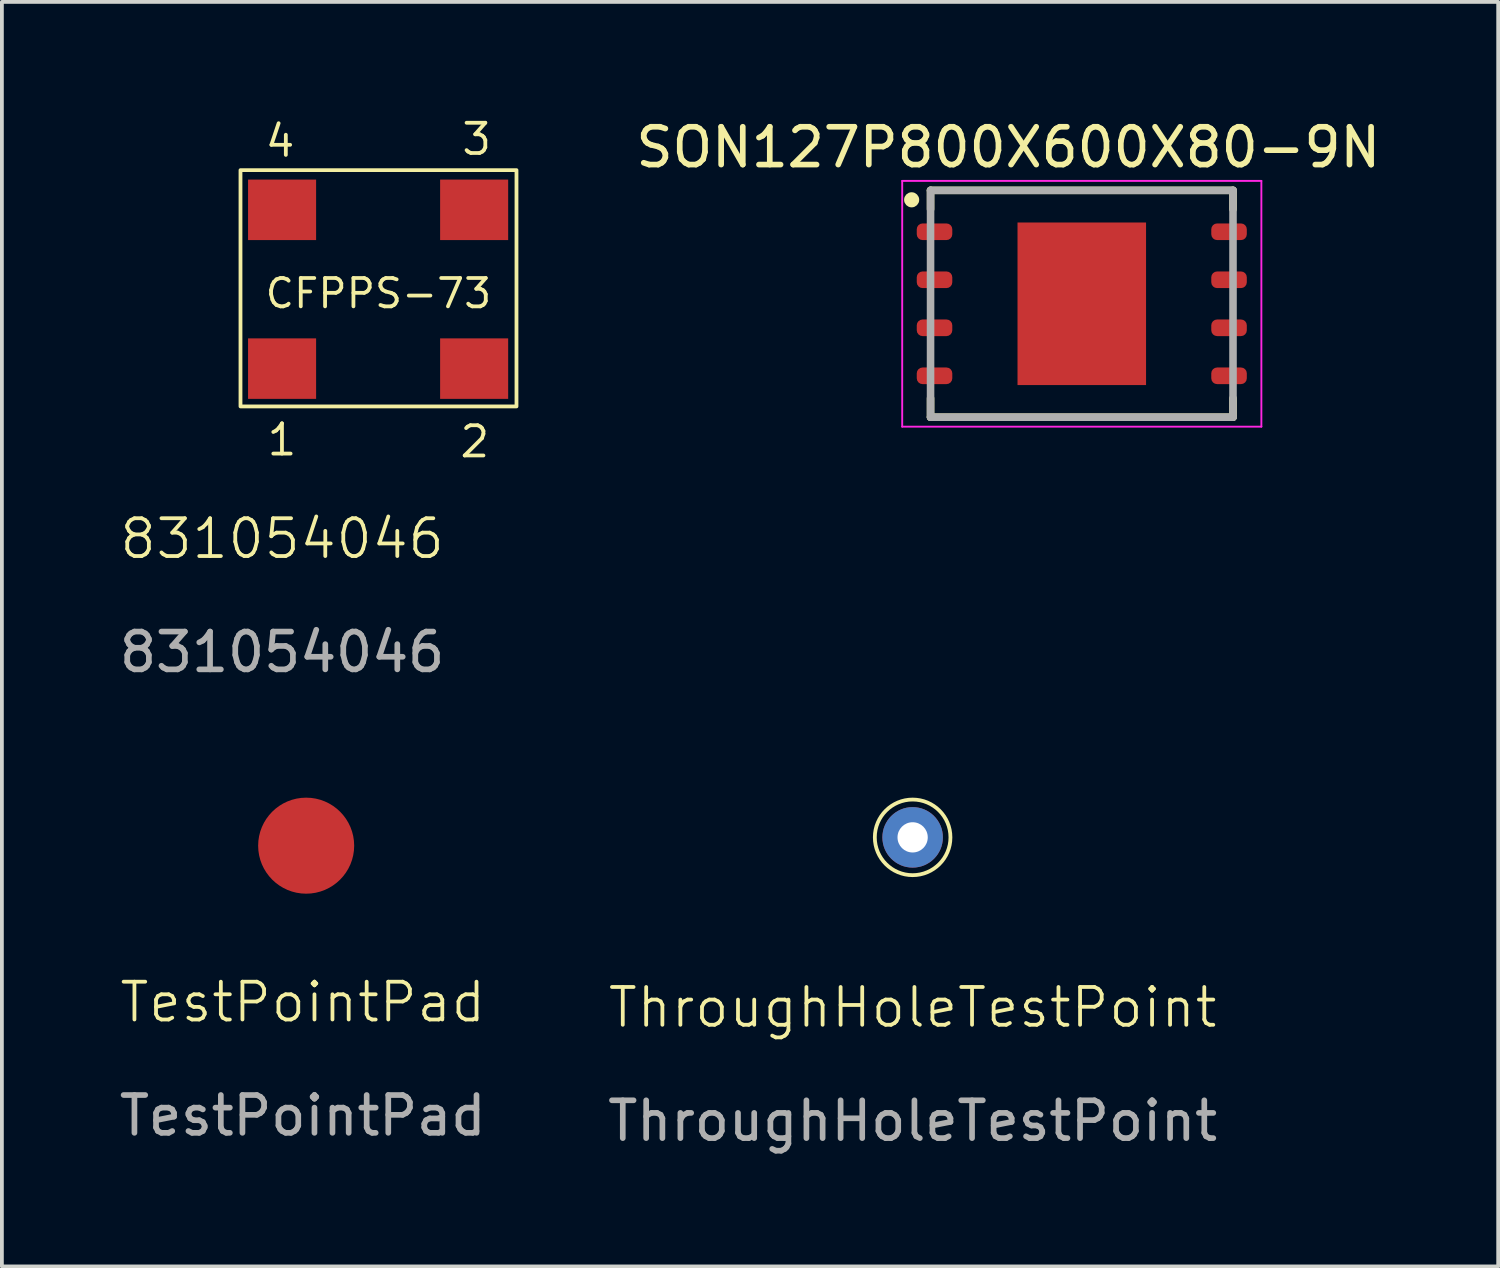
<source format=kicad_pcb>
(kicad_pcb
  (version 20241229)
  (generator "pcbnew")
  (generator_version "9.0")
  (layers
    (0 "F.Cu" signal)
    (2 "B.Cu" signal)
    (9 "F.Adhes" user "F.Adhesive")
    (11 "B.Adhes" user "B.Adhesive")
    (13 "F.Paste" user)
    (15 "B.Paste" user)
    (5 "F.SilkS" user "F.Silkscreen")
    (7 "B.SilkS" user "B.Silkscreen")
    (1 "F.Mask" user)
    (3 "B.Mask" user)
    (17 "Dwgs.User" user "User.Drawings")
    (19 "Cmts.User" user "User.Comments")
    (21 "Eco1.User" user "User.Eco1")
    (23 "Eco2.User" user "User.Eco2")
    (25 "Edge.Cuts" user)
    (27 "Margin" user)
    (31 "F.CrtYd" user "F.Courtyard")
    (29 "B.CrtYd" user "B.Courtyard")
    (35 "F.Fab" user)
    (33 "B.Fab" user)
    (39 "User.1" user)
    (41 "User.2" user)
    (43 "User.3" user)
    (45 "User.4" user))
  (footprint "SON127P800X600X80-9N"
    (layer "F.Cu")
    (at 25.563 4.985)
    (property "Reference" "SON127P800X600X80-9N" (at -1.943 -4.137 0) (layer "F.SilkS") (effects (font (size 1 1) (thickness 0.15))))
    (attr smd)
    (fp_line (start -4 -3) (end 4 -3) (stroke (width 0.2) (type solid)) (layer "F.SilkS"))
    (fp_line (start -4 -2.5) (end -4 -3) (stroke (width 0.2) (type solid)) (layer "F.SilkS"))
    (fp_line (start -4 2.5) (end -4 3) (stroke (width 0.2) (type solid)) (layer "F.SilkS"))
    (fp_line (start -4 3) (end 4 3) (stroke (width 0.2) (type solid)) (layer "F.SilkS"))
    (fp_line (start 4 -3) (end 4 -2.5) (stroke (width 0.2) (type solid)) (layer "F.SilkS"))
    (fp_line (start 4 3) (end 4 2.5) (stroke (width 0.2) (type solid)) (layer "F.SilkS"))
    (fp_circle (center -4.5 -2.75) (end -4.4 -2.75) (stroke (width 0.2) (type solid)) (fill no) (layer "F.SilkS"))
    (fp_poly (pts (xy -1.56 -1.56) (xy 0.04 -1.56) (xy 0.04 -0.41) (xy -1.56 -0.41)) (stroke (width 0.01) (type solid)) (fill yes) (layer "F.Paste"))
    (fp_poly (pts (xy -1.56 0.41) (xy 0.04 0.41) (xy 0.04 1.56) (xy -1.56 1.56)) (stroke (width 0.01) (type solid)) (fill yes) (layer "F.Paste"))
    (fp_poly (pts (xy -0.04 -1.56) (xy 1.56 -1.56) (xy 1.56 -0.41) (xy -0.04 -0.41)) (stroke (width 0.01) (type solid)) (fill yes) (layer "F.Paste"))
    (fp_poly (pts (xy -0.04 0.41) (xy 1.56 0.41) (xy 1.56 1.56) (xy -0.04 1.56)) (stroke (width 0.01) (type solid)) (fill yes) (layer "F.Paste"))
    (fp_line (start -4.75 -3.25) (end 4.75 -3.25) (stroke (width 0.05) (type solid)) (layer "F.CrtYd"))
    (fp_line (start -4.75 3.25) (end -4.75 -3.25) (stroke (width 0.05) (type solid)) (layer "F.CrtYd"))
    (fp_line (start 4.75 -3.25) (end 4.75 3.25) (stroke (width 0.05) (type solid)) (layer "F.CrtYd"))
    (fp_line (start 4.75 3.25) (end -4.75 3.25) (stroke (width 0.05) (type solid)) (layer "F.CrtYd"))
    (fp_line (start -4 -3) (end 4 -3) (stroke (width 0.2) (type solid)) (layer "F.Fab"))
    (fp_line (start -4 3) (end -4 -3) (stroke (width 0.2) (type solid)) (layer "F.Fab"))
    (fp_line (start 4 -3) (end 4 3) (stroke (width 0.2) (type solid)) (layer "F.Fab"))
    (fp_line (start 4 3) (end -4 3) (stroke (width 0.2) (type solid)) (layer "F.Fab"))
    (pad "1" smd roundrect (at -3.895 -1.905) (size 0.94 0.44) (layers "F.Cu" "F.Mask" "F.Paste") (roundrect_rratio 0.35))
    (pad "2" smd roundrect (at -3.895 -0.635) (size 0.94 0.44) (layers "F.Cu" "F.Mask" "F.Paste") (roundrect_rratio 0.35))
    (pad "3" smd roundrect (at -3.895 0.635) (size 0.94 0.44) (layers "F.Cu" "F.Mask" "F.Paste") (roundrect_rratio 0.35))
    (pad "4" smd roundrect (at -3.895 1.905) (size 0.94 0.44) (layers "F.Cu" "F.Mask" "F.Paste") (roundrect_rratio 0.35))
    (pad "5" smd roundrect (at 3.895 1.905) (size 0.94 0.44) (layers "F.Cu" "F.Mask" "F.Paste") (roundrect_rratio 0.35))
    (pad "6" smd roundrect (at 3.895 0.635) (size 0.94 0.44) (layers "F.Cu" "F.Mask" "F.Paste") (roundrect_rratio 0.35))
    (pad "7" smd roundrect (at 3.895 -0.635) (size 0.94 0.44) (layers "F.Cu" "F.Mask" "F.Paste") (roundrect_rratio 0.35))
    (pad "8" smd roundrect (at 3.895 -1.905) (size 0.94 0.44) (layers "F.Cu" "F.Mask" "F.Paste") (roundrect_rratio 0.35))
    (pad "9" smd rect (at 0 0) (size 3.4 4.3) (layers "F.Cu" "F.Mask")))
  (footprint "TestPointPad"
    (layer "F.Cu")
    (at 4.958 23.958)
    (property "Reference" "TestPointPad" (at 0 -0.5 0) (unlocked yes) (layer "F.SilkS") (effects (font (size 1 1) (thickness 0.1))))
    (attr smd)
    (fp_text user "${REFERENCE}" (at 0 2.5 0) (unlocked yes) (layer "F.Fab") (effects (font (size 1 1) (thickness 0.15))))
    (pad "1" smd circle (at 0.09 -4.64) (size 2.54 2.54) (layers "F.Cu" "F.Mask" "F.Paste")))
  (footprint "ThroughHoleTestPoint"
    (layer "F.Cu")
    (at 21.089 24.098)
    (property "Reference" "ThroughHoleTestPoint" (at 0 -0.5 0) (unlocked yes) (layer "F.SilkS") (effects (font (size 1 1) (thickness 0.1))))
    (attr through_hole)
    (fp_circle (center 0 -5) (end 1 -5) (stroke (width 0.1) (type default)) (fill no) (layer "F.SilkS"))
    (fp_text user "${REFERENCE}" (at 0 2.5 0) (unlocked yes) (layer "F.Fab") (effects (font (size 1 1) (thickness 0.15))))
    (pad "1" thru_hole circle (at 0 -5) (size 1.6 1.6) (drill 0.8) (layers "*.Cu" "*.Mask")))
  (footprint "831054046"
    (layer "F.Cu")
    (at 4.411 11.7)
    (property "Reference" "831054046" (at 0 -0.5 0) (unlocked yes) (layer "F.SilkS") (effects (font (size 1 1) (thickness 0.1))))
    (attr smd)
    (fp_rect (start -1.1 -10.25) (end 6.2 -4) (stroke (width 0.1) (type default)) (fill no) (layer "F.SilkS"))
    (fp_text user "2" (at 4.65 -2.6 0) (unlocked yes) (layer "F.SilkS") (effects (font (size 0.8 0.8) (thickness 0.1)) (justify left bottom)))
    (fp_text user "4" (at -0.5 -10.55 0) (unlocked yes) (layer "F.SilkS") (effects (font (size 0.8 0.8) (thickness 0.1)) (justify left bottom)))
    (fp_text user "3" (at 4.7 -10.6 0) (unlocked yes) (layer "F.SilkS") (effects (font (size 0.8 0.8) (thickness 0.1)) (justify left bottom)))
    (fp_text user "1" (at -0.45 -2.65 0) (unlocked yes) (layer "F.SilkS") (effects (font (size 0.8 0.8) (thickness 0.1)) (justify left bottom)))
    (fp_text user "CFPPS-73" (at -0.5 -6.55 0) (unlocked yes) (layer "F.SilkS") (effects (font (size 0.75 0.75) (thickness 0.1)) (justify left bottom)))
    (fp_text user "${REFERENCE}" (at 0 2.5 0) (unlocked yes) (layer "F.Fab") (effects (font (size 1 1) (thickness 0.15))))
    (pad "1" smd rect (at 0 -5) (size 1.8 1.6) (layers "F.Cu" "F.Mask" "F.Paste"))
    (pad "2" smd rect (at 5.08 -5) (size 1.8 1.6) (layers "F.Cu" "F.Mask" "F.Paste"))
    (pad "3" smd rect (at 5.08 -9.2) (size 1.8 1.6) (layers "F.Cu" "F.Mask" "F.Paste"))
    (pad "4" smd rect (at 0 -9.2) (size 1.8 1.6) (layers "F.Cu" "F.Mask" "F.Paste")))
  (gr_rect
    (start -3 -3)
    (end 36.577 30.447)
    (stroke (width 0.1) (type default))
    (fill no)
    (layer "Edge.Cuts")))
</source>
